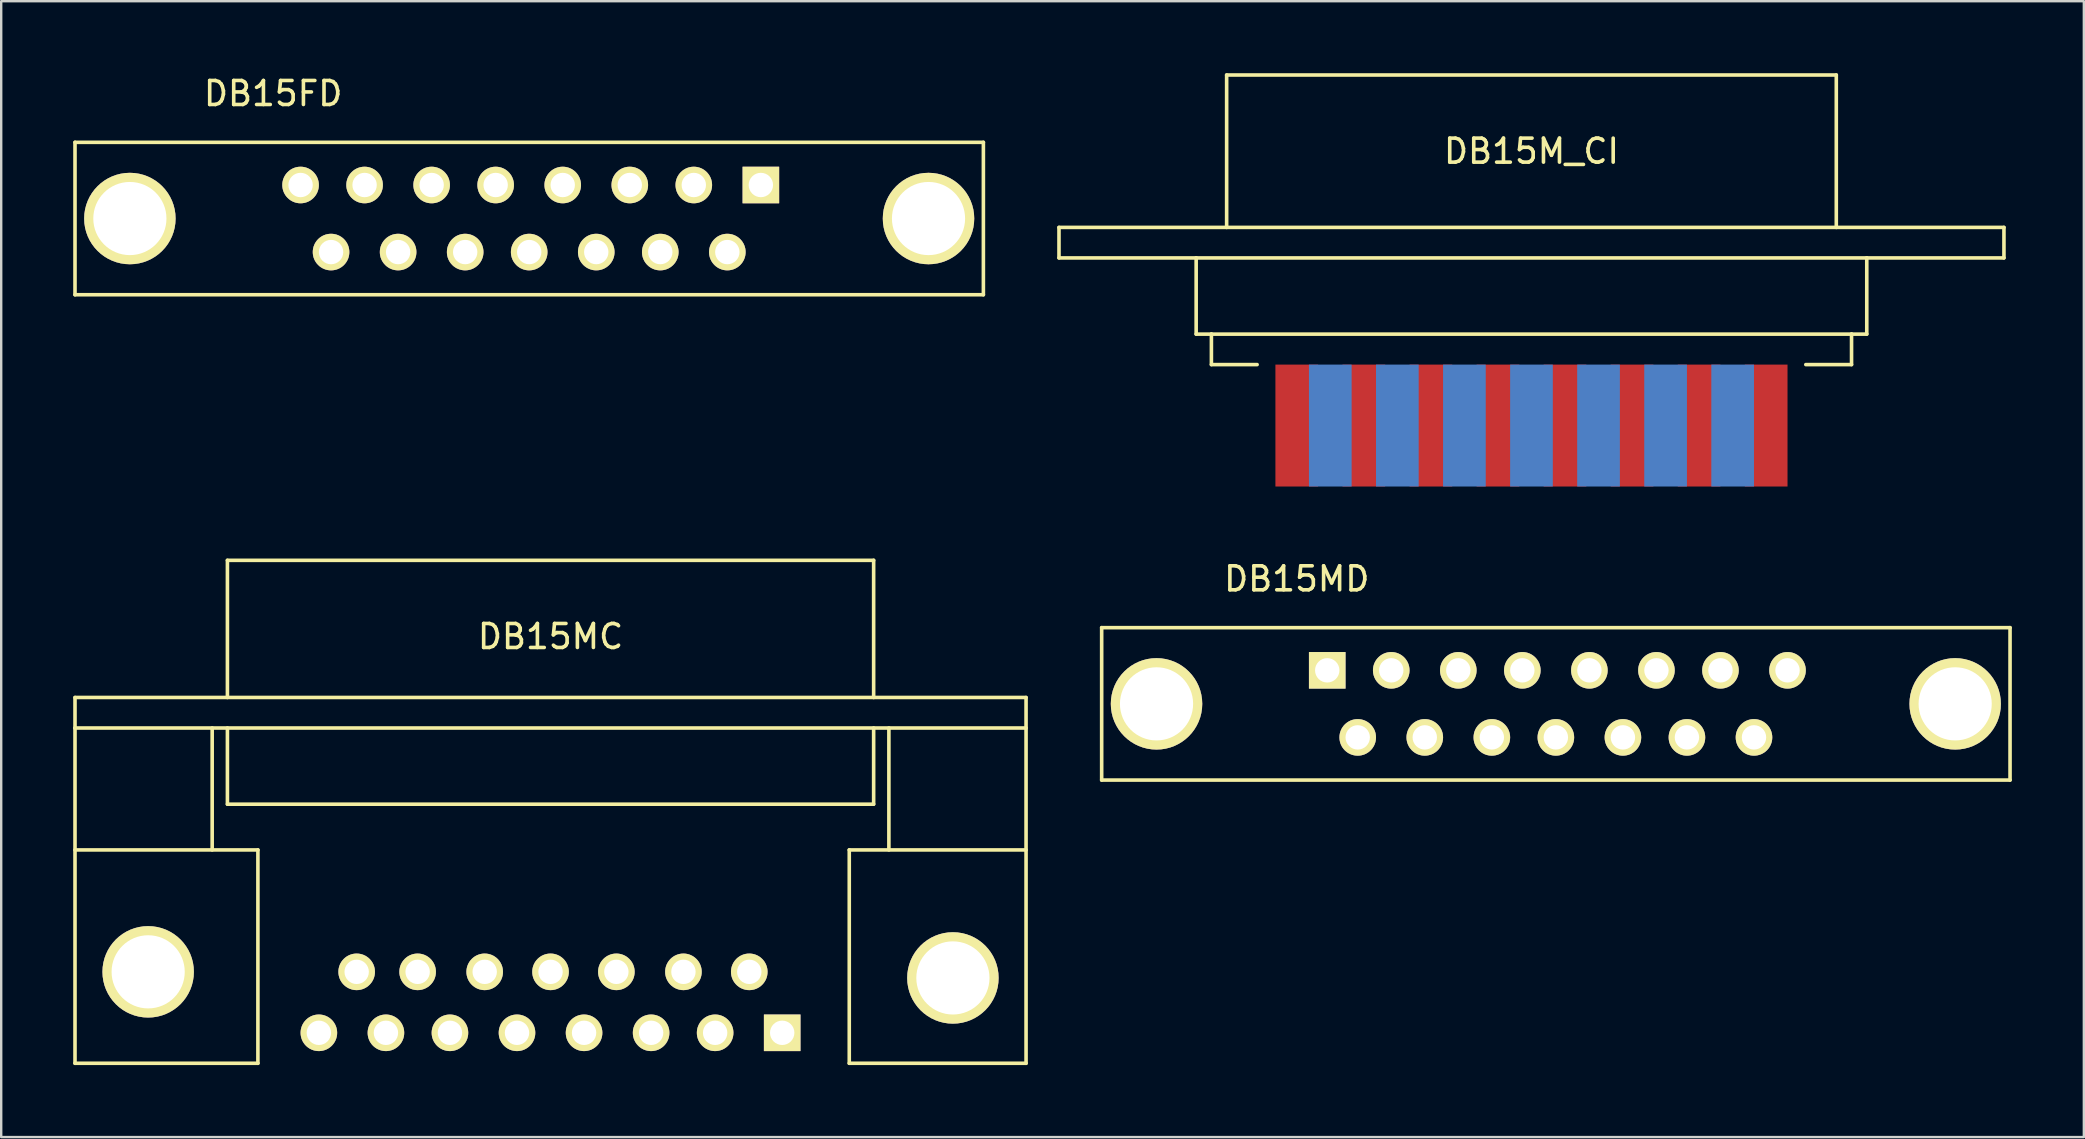
<source format=kicad_pcb>
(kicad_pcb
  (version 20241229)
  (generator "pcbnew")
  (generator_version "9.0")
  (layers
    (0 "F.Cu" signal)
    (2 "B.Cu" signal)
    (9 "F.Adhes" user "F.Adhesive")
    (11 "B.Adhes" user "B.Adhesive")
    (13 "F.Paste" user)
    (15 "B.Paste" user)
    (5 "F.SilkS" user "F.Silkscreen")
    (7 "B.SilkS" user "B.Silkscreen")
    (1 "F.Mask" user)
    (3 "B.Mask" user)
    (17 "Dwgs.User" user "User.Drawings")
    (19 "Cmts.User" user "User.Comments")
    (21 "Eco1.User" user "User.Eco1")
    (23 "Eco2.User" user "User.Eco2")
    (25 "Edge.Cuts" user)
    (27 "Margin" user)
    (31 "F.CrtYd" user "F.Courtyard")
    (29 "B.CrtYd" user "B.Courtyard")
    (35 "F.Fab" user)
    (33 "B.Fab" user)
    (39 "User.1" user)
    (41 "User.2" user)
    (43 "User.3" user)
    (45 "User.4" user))
  (footprint "DB15FD"
    (layer "F.Cu")
    (at 18.49 5.928)
    (property "Reference" "DB15FD" (at -10.16 -5.08 180) (layer "F.SilkS") (effects (font (size 1 1) (thickness 0.15))))
    (attr through_hole)
    (fp_line (start -18.415 -3.048) (end -18.415 3.302) (stroke (width 0.15) (type solid)) (layer "F.SilkS"))
    (fp_line (start -18.415 3.302) (end 19.431 3.302) (stroke (width 0.15) (type solid)) (layer "F.SilkS"))
    (fp_line (start 19.431 -3.048) (end -18.415 -3.048) (stroke (width 0.15) (type solid)) (layer "F.SilkS"))
    (fp_line (start 19.431 3.302) (end 19.431 -3.048) (stroke (width 0.15) (type solid)) (layer "F.SilkS"))
    (pad "0" thru_hole circle (at -16.129 0.127) (size 3.81 3.81) (drill 3.048) (layers "*.Cu" "*.Mask" "F.SilkS"))
    (pad "0" thru_hole circle (at 17.145 0.127) (size 3.81 3.81) (drill 3.048) (layers "*.Cu" "*.Mask" "F.SilkS"))
    (pad "1" thru_hole rect (at 10.16 -1.27) (size 1.524 1.524) (drill 1.016) (layers "*.Cu" "*.Mask" "F.SilkS"))
    (pad "2" thru_hole circle (at 7.366 -1.27) (size 1.524 1.524) (drill 1.016) (layers "*.Cu" "*.Mask" "F.SilkS"))
    (pad "3" thru_hole circle (at 4.699 -1.27) (size 1.524 1.524) (drill 1.016) (layers "*.Cu" "*.Mask" "F.SilkS"))
    (pad "4" thru_hole circle (at 1.905 -1.27) (size 1.524 1.524) (drill 1.016) (layers "*.Cu" "*.Mask" "F.SilkS"))
    (pad "5" thru_hole circle (at -0.889 -1.27) (size 1.524 1.524) (drill 1.016) (layers "*.Cu" "*.Mask" "F.SilkS"))
    (pad "6" thru_hole circle (at -3.556 -1.27) (size 1.524 1.524) (drill 1.016) (layers "*.Cu" "*.Mask" "F.SilkS"))
    (pad "7" thru_hole circle (at -6.35 -1.27) (size 1.524 1.524) (drill 1.016) (layers "*.Cu" "*.Mask" "F.SilkS"))
    (pad "8" thru_hole circle (at -9.017 -1.27) (size 1.524 1.524) (drill 1.016) (layers "*.Cu" "*.Mask" "F.SilkS"))
    (pad "9" thru_hole circle (at 8.763 1.524) (size 1.524 1.524) (drill 1.016) (layers "*.Cu" "*.Mask" "F.SilkS"))
    (pad "10" thru_hole circle (at 5.969 1.524) (size 1.524 1.524) (drill 1.016) (layers "*.Cu" "*.Mask" "F.SilkS"))
    (pad "11" thru_hole circle (at 3.302 1.524) (size 1.524 1.524) (drill 1.016) (layers "*.Cu" "*.Mask" "F.SilkS"))
    (pad "12" thru_hole circle (at 0.508 1.524) (size 1.524 1.524) (drill 1.016) (layers "*.Cu" "*.Mask" "F.SilkS"))
    (pad "13" thru_hole circle (at -2.159 1.524) (size 1.524 1.524) (drill 1.016) (layers "*.Cu" "*.Mask" "F.SilkS"))
    (pad "14" thru_hole circle (at -4.953 1.524) (size 1.524 1.524) (drill 1.016) (layers "*.Cu" "*.Mask" "F.SilkS"))
    (pad "15" thru_hole circle (at -7.747 1.524) (size 1.524 1.524) (drill 1.016) (layers "*.Cu" "*.Mask" "F.SilkS")))
  (footprint "DB15MC"
    (layer "F.Cu")
    (at 19.887 38.71)
    (property "Reference" "DB15MC" (at 0 -15.24 0) (layer "F.SilkS") (effects (font (size 1 1) (thickness 0.15))))
    (attr through_hole)
    (fp_line (start -19.812 -12.7) (end -19.812 -11.43) (stroke (width 0.15) (type solid)) (layer "F.SilkS"))
    (fp_line (start -19.812 -6.35) (end -12.192 -6.35) (stroke (width 0.15) (type solid)) (layer "F.SilkS"))
    (fp_line (start -19.812 2.54) (end -19.812 -11.43) (stroke (width 0.15) (type solid)) (layer "F.SilkS"))
    (fp_line (start -19.812 2.54) (end -12.192 2.54) (stroke (width 0.15) (type solid)) (layer "F.SilkS"))
    (fp_line (start -14.097 -11.43) (end -14.097 -6.35) (stroke (width 0.15) (type solid)) (layer "F.SilkS"))
    (fp_line (start -13.462 -18.415) (end -13.462 -12.7) (stroke (width 0.15) (type solid)) (layer "F.SilkS"))
    (fp_line (start -13.462 -18.415) (end 13.462 -18.415) (stroke (width 0.15) (type solid)) (layer "F.SilkS"))
    (fp_line (start -13.462 -8.255) (end -13.462 -11.43) (stroke (width 0.15) (type solid)) (layer "F.SilkS"))
    (fp_line (start -12.192 -6.35) (end -12.192 2.54) (stroke (width 0.15) (type solid)) (layer "F.SilkS"))
    (fp_line (start 12.446 -6.35) (end 19.812 -6.35) (stroke (width 0.15) (type solid)) (layer "F.SilkS"))
    (fp_line (start 12.446 2.54) (end 12.446 -6.35) (stroke (width 0.15) (type solid)) (layer "F.SilkS"))
    (fp_line (start 13.462 -12.7) (end 13.462 -18.415) (stroke (width 0.15) (type solid)) (layer "F.SilkS"))
    (fp_line (start 13.462 -8.255) (end -13.462 -8.255) (stroke (width 0.15) (type solid)) (layer "F.SilkS"))
    (fp_line (start 13.462 -8.255) (end 13.462 -11.43) (stroke (width 0.15) (type solid)) (layer "F.SilkS"))
    (fp_line (start 14.097 -6.35) (end 14.097 -11.43) (stroke (width 0.15) (type solid)) (layer "F.SilkS"))
    (fp_line (start 19.812 -12.7) (end -19.812 -12.7) (stroke (width 0.15) (type solid)) (layer "F.SilkS"))
    (fp_line (start 19.812 -11.43) (end -19.812 -11.43) (stroke (width 0.15) (type solid)) (layer "F.SilkS"))
    (fp_line (start 19.812 2.54) (end 12.446 2.54) (stroke (width 0.15) (type solid)) (layer "F.SilkS"))
    (fp_line (start 19.812 2.54) (end 19.812 -12.7) (stroke (width 0.15) (type solid)) (layer "F.SilkS"))
    (pad "" thru_hole circle (at -16.764 -1.27) (size 3.81 3.81) (drill 3.048) (layers "*.Cu" "*.Mask" "F.SilkS"))
    (pad "" thru_hole circle (at 16.764 -1.016) (size 3.81 3.81) (drill 3.048) (layers "*.Cu" "*.Mask" "F.SilkS"))
    (pad "1" thru_hole rect (at 9.652 1.27) (size 1.524 1.524) (drill 1.016) (layers "*.Cu" "*.Mask" "F.SilkS"))
    (pad "2" thru_hole circle (at 6.858 1.27) (size 1.524 1.524) (drill 1.016) (layers "*.Cu" "*.Mask" "F.SilkS"))
    (pad "3" thru_hole circle (at 4.191 1.27) (size 1.524 1.524) (drill 1.016) (layers "*.Cu" "*.Mask" "F.SilkS"))
    (pad "4" thru_hole circle (at 1.397 1.27) (size 1.524 1.524) (drill 1.016) (layers "*.Cu" "*.Mask" "F.SilkS"))
    (pad "5" thru_hole circle (at -1.397 1.27) (size 1.524 1.524) (drill 1.016) (layers "*.Cu" "*.Mask" "F.SilkS"))
    (pad "6" thru_hole circle (at -4.191 1.27) (size 1.524 1.524) (drill 1.016) (layers "*.Cu" "*.Mask" "F.SilkS"))
    (pad "7" thru_hole circle (at -6.858 1.27) (size 1.524 1.524) (drill 1.016) (layers "*.Cu" "*.Mask" "F.SilkS"))
    (pad "8" thru_hole circle (at -9.652 1.27) (size 1.524 1.524) (drill 1.016) (layers "*.Cu" "*.Mask" "F.SilkS"))
    (pad "9" thru_hole circle (at 8.28 -1.27) (size 1.524 1.524) (drill 1.016) (layers "*.Cu" "*.Mask" "F.SilkS"))
    (pad "10" thru_hole circle (at 5.537 -1.27) (size 1.524 1.524) (drill 1.016) (layers "*.Cu" "*.Mask" "F.SilkS"))
    (pad "11" thru_hole circle (at 2.743 -1.27) (size 1.524 1.524) (drill 1.016) (layers "*.Cu" "*.Mask" "F.SilkS"))
    (pad "12" thru_hole circle (at 0 -1.27) (size 1.524 1.524) (drill 1.016) (layers "*.Cu" "*.Mask" "F.SilkS"))
    (pad "13" thru_hole circle (at -2.743 -1.27) (size 1.524 1.524) (drill 1.016) (layers "*.Cu" "*.Mask" "F.SilkS"))
    (pad "14" thru_hole circle (at -5.537 -1.27) (size 1.524 1.524) (drill 1.016) (layers "*.Cu" "*.Mask" "F.SilkS"))
    (pad "15" thru_hole circle (at -8.077 -1.27) (size 1.524 1.524) (drill 1.016) (layers "*.Cu" "*.Mask" "F.SilkS")))
  (footprint "DB15MD"
    (layer "F.Cu")
    (at 62.407 26.148)
    (property "Reference" "DB15MD" (at -11.43 -5.08 180) (layer "F.SilkS") (effects (font (size 1 1) (thickness 0.15))))
    (attr through_hole)
    (fp_line (start -19.558 -3.048) (end -19.558 3.302) (stroke (width 0.15) (type solid)) (layer "F.SilkS"))
    (fp_line (start -19.558 3.302) (end 18.288 3.302) (stroke (width 0.15) (type solid)) (layer "F.SilkS"))
    (fp_line (start 18.288 -3.048) (end -19.558 -3.048) (stroke (width 0.15) (type solid)) (layer "F.SilkS"))
    (fp_line (start 18.288 3.302) (end 18.288 -3.048) (stroke (width 0.15) (type solid)) (layer "F.SilkS"))
    (pad "0" thru_hole circle (at -17.272 0.127) (size 3.81 3.81) (drill 3.048) (layers "*.Cu" "*.Mask" "F.SilkS"))
    (pad "0" thru_hole circle (at 16.002 0.127) (size 3.81 3.81) (drill 3.048) (layers "*.Cu" "*.Mask" "F.SilkS"))
    (pad "1" thru_hole rect (at -10.16 -1.27) (size 1.524 1.524) (drill 1.016) (layers "*.Cu" "*.Mask" "F.SilkS"))
    (pad "2" thru_hole circle (at -7.493 -1.27) (size 1.524 1.524) (drill 1.016) (layers "*.Cu" "*.Mask" "F.SilkS"))
    (pad "3" thru_hole circle (at -4.699 -1.27) (size 1.524 1.524) (drill 1.016) (layers "*.Cu" "*.Mask" "F.SilkS"))
    (pad "4" thru_hole circle (at -2.032 -1.27) (size 1.524 1.524) (drill 1.016) (layers "*.Cu" "*.Mask" "F.SilkS"))
    (pad "5" thru_hole circle (at 0.762 -1.27) (size 1.524 1.524) (drill 1.016) (layers "*.Cu" "*.Mask" "F.SilkS"))
    (pad "6" thru_hole circle (at 3.556 -1.27) (size 1.524 1.524) (drill 1.016) (layers "*.Cu" "*.Mask" "F.SilkS"))
    (pad "7" thru_hole circle (at 6.223 -1.27) (size 1.524 1.524) (drill 1.016) (layers "*.Cu" "*.Mask" "F.SilkS"))
    (pad "8" thru_hole circle (at 9.017 -1.27) (size 1.524 1.524) (drill 1.016) (layers "*.Cu" "*.Mask" "F.SilkS"))
    (pad "9" thru_hole circle (at -8.89 1.524) (size 1.524 1.524) (drill 1.016) (layers "*.Cu" "*.Mask" "F.SilkS"))
    (pad "10" thru_hole circle (at -6.096 1.524) (size 1.524 1.524) (drill 1.016) (layers "*.Cu" "*.Mask" "F.SilkS"))
    (pad "11" thru_hole circle (at -3.302 1.524) (size 1.524 1.524) (drill 1.016) (layers "*.Cu" "*.Mask" "F.SilkS"))
    (pad "12" thru_hole circle (at -0.635 1.524) (size 1.524 1.524) (drill 1.016) (layers "*.Cu" "*.Mask" "F.SilkS"))
    (pad "13" thru_hole circle (at 2.159 1.524) (size 1.524 1.524) (drill 1.016) (layers "*.Cu" "*.Mask" "F.SilkS"))
    (pad "14" thru_hole circle (at 4.826 1.524) (size 1.524 1.524) (drill 1.016) (layers "*.Cu" "*.Mask" "F.SilkS"))
    (pad "15" thru_hole circle (at 7.62 1.524) (size 1.524 1.524) (drill 1.016) (layers "*.Cu" "*.Mask" "F.SilkS")))
  (footprint "DB15M_CI"
    (layer "F.Cu")
    (at 60.756 12.013)
    (property "Reference" "DB15M_CI" (at 0 -8.763 0) (layer "F.SilkS") (effects (font (size 1 1) (thickness 0.15))))
    (attr through_hole)
    (fp_line (start -19.685 -5.588) (end -19.685 -4.318) (stroke (width 0.15) (type solid)) (layer "F.SilkS"))
    (fp_line (start -19.685 -4.318) (end -13.97 -4.318) (stroke (width 0.15) (type solid)) (layer "F.SilkS"))
    (fp_line (start -13.97 -4.318) (end -13.97 -1.143) (stroke (width 0.15) (type solid)) (layer "F.SilkS"))
    (fp_line (start -13.97 -1.143) (end -13.335 -1.143) (stroke (width 0.15) (type solid)) (layer "F.SilkS"))
    (fp_line (start -13.335 -1.143) (end -13.335 0.127) (stroke (width 0.15) (type solid)) (layer "F.SilkS"))
    (fp_line (start -13.335 0.127) (end -11.43 0.127) (stroke (width 0.15) (type solid)) (layer "F.SilkS"))
    (fp_line (start -12.7 -11.938) (end -12.7 -5.588) (stroke (width 0.15) (type solid)) (layer "F.SilkS"))
    (fp_line (start 11.43 0.127) (end 13.335 0.127) (stroke (width 0.15) (type solid)) (layer "F.SilkS"))
    (fp_line (start 12.7 -11.938) (end -12.7 -11.938) (stroke (width 0.15) (type solid)) (layer "F.SilkS"))
    (fp_line (start 12.7 -5.588) (end 12.7 -11.938) (stroke (width 0.15) (type solid)) (layer "F.SilkS"))
    (fp_line (start 13.335 -1.143) (end -13.335 -1.143) (stroke (width 0.15) (type solid)) (layer "F.SilkS"))
    (fp_line (start 13.335 -1.143) (end 13.97 -1.143) (stroke (width 0.15) (type solid)) (layer "F.SilkS"))
    (fp_line (start 13.335 0.127) (end 13.335 -1.143) (stroke (width 0.15) (type solid)) (layer "F.SilkS"))
    (fp_line (start 13.97 -4.318) (end -13.97 -4.318) (stroke (width 0.15) (type solid)) (layer "F.SilkS"))
    (fp_line (start 13.97 -4.318) (end 19.685 -4.318) (stroke (width 0.15) (type solid)) (layer "F.SilkS"))
    (fp_line (start 13.97 -1.143) (end 13.97 -4.318) (stroke (width 0.15) (type solid)) (layer "F.SilkS"))
    (fp_line (start 19.685 -5.588) (end -19.685 -5.588) (stroke (width 0.15) (type solid)) (layer "F.SilkS"))
    (fp_line (start 19.685 -4.318) (end 19.685 -5.588) (stroke (width 0.15) (type solid)) (layer "F.SilkS"))
    (pad "1" connect rect (at 9.779 2.667 180) (size 1.778 5.08) (layers "F.Cu" "F.Mask"))
    (pad "2" connect rect (at 6.985 2.667 180) (size 1.778 5.08) (layers "F.Cu" "F.Mask"))
    (pad "3" connect rect (at 4.191 2.667 180) (size 1.778 5.08) (layers "F.Cu" "F.Mask"))
    (pad "4" connect rect (at 1.397 2.667 180) (size 1.778 5.08) (layers "F.Cu" "F.Mask"))
    (pad "5" connect rect (at -1.397 2.667 180) (size 1.778 5.08) (layers "F.Cu" "F.Mask"))
    (pad "6" connect rect (at -4.191 2.667 180) (size 1.778 5.08) (layers "F.Cu" "F.Mask"))
    (pad "7" connect rect (at -6.985 2.667 180) (size 1.778 5.08) (layers "F.Cu" "F.Mask"))
    (pad "8" connect rect (at -9.779 2.667 180) (size 1.778 5.08) (layers "F.Cu" "F.Mask"))
    (pad "9" connect rect (at 8.382 2.667 180) (size 1.778 5.08) (layers "B.Cu" "B.Mask"))
    (pad "10" connect rect (at 5.588 2.667 180) (size 1.778 5.08) (layers "B.Cu" "B.Mask"))
    (pad "11" connect rect (at 2.794 2.667 180) (size 1.778 5.08) (layers "B.Cu" "B.Mask"))
    (pad "12" connect rect (at 0 2.667 180) (size 1.778 5.08) (layers "B.Cu" "B.Mask"))
    (pad "13" connect rect (at -2.794 2.667 180) (size 1.778 5.08) (layers "B.Cu" "B.Mask"))
    (pad "14" connect rect (at -5.588 2.667 180) (size 1.778 5.08) (layers "B.Cu" "B.Mask"))
    (pad "15" connect rect (at -8.382 2.667 180) (size 1.778 5.08) (layers "B.Cu" "B.Mask")))
  (gr_rect
    (start -3 -3)
    (end 83.77 44.325)
    (stroke (width 0.1) (type default))
    (fill no)
    (layer "Edge.Cuts")))
</source>
